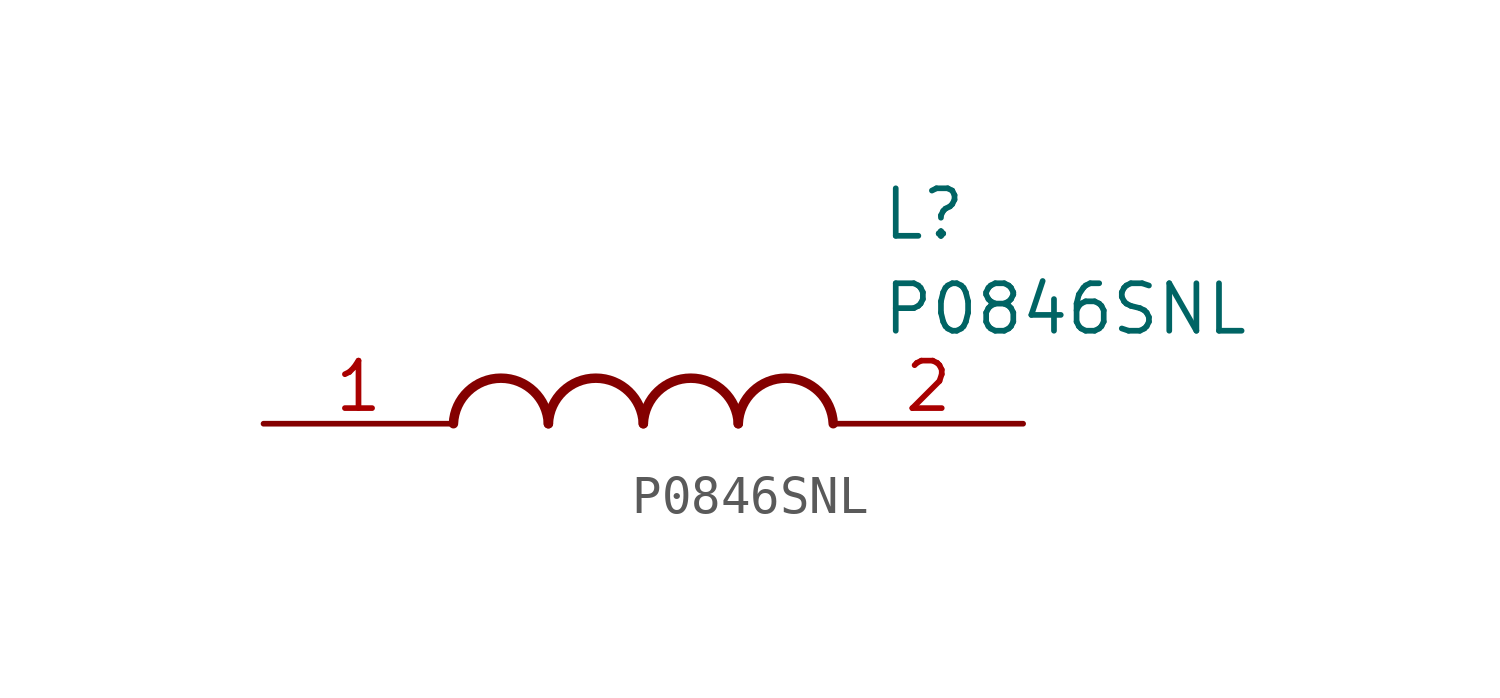
<source format=kicad_sym>
(kicad_symbol_lib
  (version 20211014)
  (generator SamacSys_ECAD_Model)
  (symbol "P0846SNL"
    (pin_names hide)
    (property "Reference" "L"
      (at 16.51 6.35 0)
      (effects (font (size 1.27 1.27)) (justify left top)))
    (property "Value" "P0846SNL"
      (at 16.51 3.81 0)
      (effects (font (size 1.27 1.27)) (justify left top)))
    (arc
      (start 7.62 0)
      (mid 6.35 1.219)
      (end 5.08 0)
      (stroke (width 0.254) (type default))
      (fill (type none)))
    (arc
      (start 10.16 0)
      (mid 8.89 1.219)
      (end 7.62 0)
      (stroke (width 0.254) (type default))
      (fill (type none)))
    (arc
      (start 12.7 0)
      (mid 11.43 1.219)
      (end 10.16 0)
      (stroke (width 0.254) (type default))
      (fill (type none)))
    (arc
      (start 15.24 0)
      (mid 13.97 1.219)
      (end 12.7 0)
      (stroke (width 0.254) (type default))
      (fill (type none)))
    (pin passive line
      (at 0 0 0)
      (length 5.08)
      (name "1" (effects (font (size 1.27 1.27))))
      (number "1" (effects (font (size 1.27 1.27)))))
    (pin passive line
      (at 20.32 0 180)
      (length 5.08)
      (name "2" (effects (font (size 1.27 1.27))))
      (number "2" (effects (font (size 1.27 1.27)))))))
</source>
